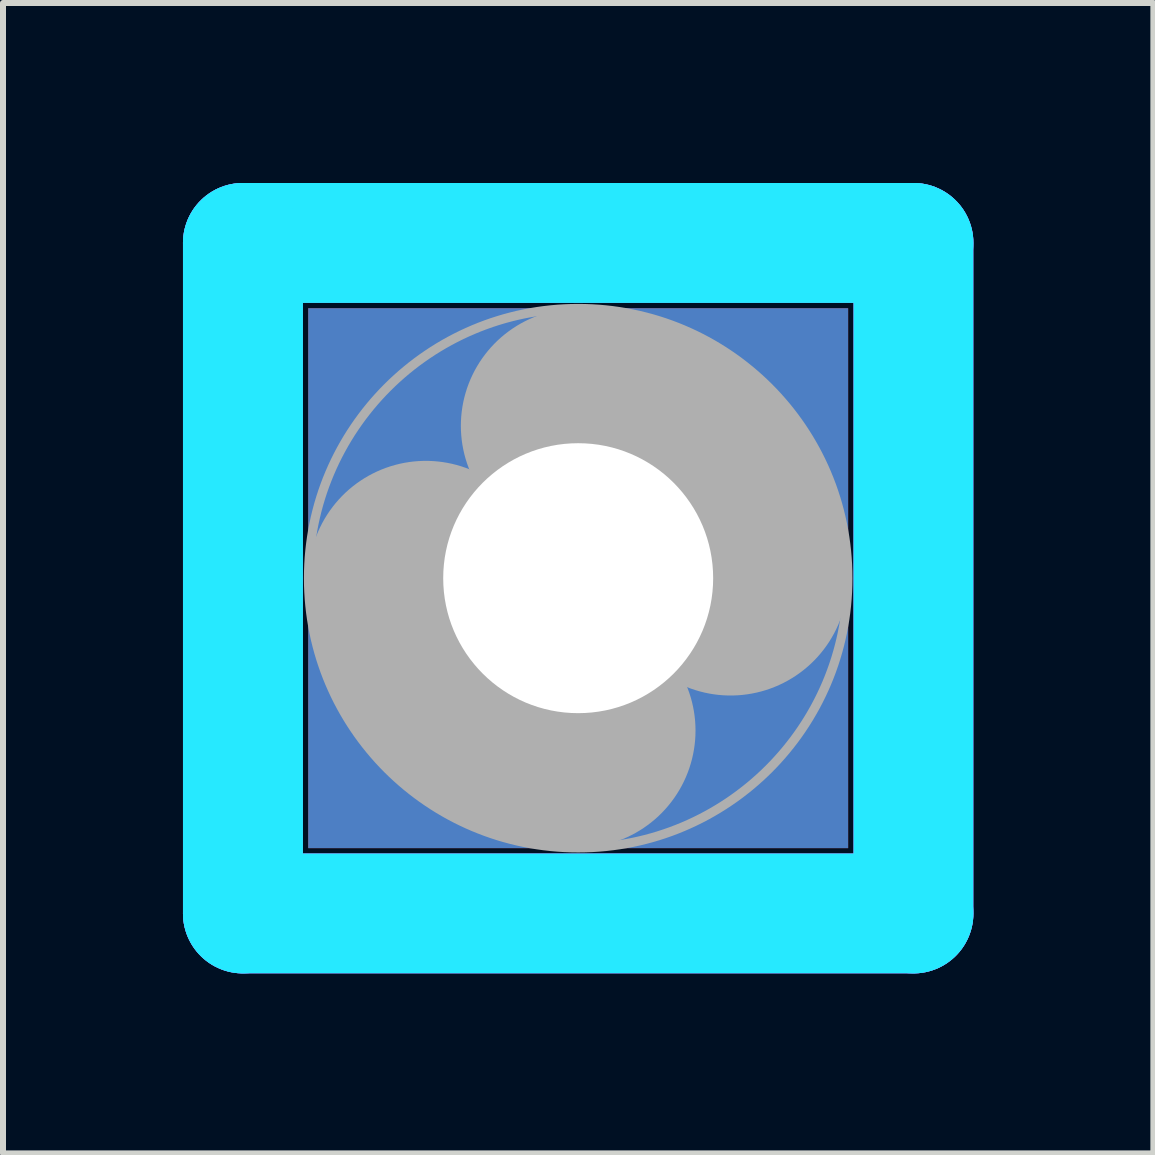
<source format=kicad_pcb>
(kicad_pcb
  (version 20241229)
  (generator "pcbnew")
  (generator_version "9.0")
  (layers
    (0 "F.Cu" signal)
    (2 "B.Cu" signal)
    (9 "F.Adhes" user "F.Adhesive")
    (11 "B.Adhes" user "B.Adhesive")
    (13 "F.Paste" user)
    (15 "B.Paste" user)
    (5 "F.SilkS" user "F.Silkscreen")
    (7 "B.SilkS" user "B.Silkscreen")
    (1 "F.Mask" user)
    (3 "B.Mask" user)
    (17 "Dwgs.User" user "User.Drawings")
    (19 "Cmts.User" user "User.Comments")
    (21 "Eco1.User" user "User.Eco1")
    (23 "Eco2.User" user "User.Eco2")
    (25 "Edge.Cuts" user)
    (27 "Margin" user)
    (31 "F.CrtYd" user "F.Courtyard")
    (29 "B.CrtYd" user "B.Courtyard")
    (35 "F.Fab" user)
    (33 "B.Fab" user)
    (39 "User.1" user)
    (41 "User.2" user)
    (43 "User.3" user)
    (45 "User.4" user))
  (footprint "footprint"
    (layer "F.Cu")
    (at 6.588 6.588)
    (property "Reference" "footprint" (at 0 0 0) (layer "F.SilkS") (effects (font (size 1.27 1.27) (thickness 0.15))))
    (fp_circle (center 0 0) (end 2.35 0) (stroke (width 0.152) (type solid)) (fill no) (layer "F.SilkS"))
    (fp_line (start -5.588 -5.588) (end 5.588 -5.588) (stroke (width 2) (type solid)) (layer "B.CrtYd"))
    (fp_line (start -5.588 5.588) (end -5.588 -5.588) (stroke (width 2) (type solid)) (layer "B.CrtYd"))
    (fp_line (start 5.588 -5.588) (end 5.588 5.588) (stroke (width 2) (type solid)) (layer "B.CrtYd"))
    (fp_line (start 5.588 5.588) (end -5.588 5.588) (stroke (width 2) (type solid)) (layer "B.CrtYd"))
    (fp_line (start -5.588 -5.588) (end 5.588 -5.588) (stroke (width 2) (type solid)) (layer "F.CrtYd"))
    (fp_line (start -5.588 5.588) (end -5.588 -5.588) (stroke (width 2) (type solid)) (layer "F.CrtYd"))
    (fp_line (start 5.588 -5.588) (end 5.588 5.588) (stroke (width 2) (type solid)) (layer "F.CrtYd"))
    (fp_line (start 5.588 5.588) (end -5.588 5.588) (stroke (width 2) (type solid)) (layer "F.CrtYd"))
    (fp_arc (start 0 -2.54) (mid 1.796051 -1.796051) (end 2.54 0) (stroke (width 3.9116) (type solid)) (layer "F.Fab"))
    (fp_arc (start 0 2.54) (mid -1.796051 1.796051) (end -2.54 0) (stroke (width 3.9116) (type solid)) (layer "F.Fab"))
    (fp_circle (center 0 0) (end 0.762 0) (stroke (width 0.457) (type solid)) (fill no) (layer "F.Fab"))
    (fp_circle (center 0 0) (end 4.496 0) (stroke (width 0.152) (type solid)) (fill no) (layer "F.Fab"))
    (pad "B4,5" thru_hole rect (at 0 0) (size 9 9) (drill 4.5) (layers "*.Cu" "*.Mask")))
  (gr_rect
    (start -3 -3)
    (end 16.176 16.176)
    (stroke (width 0.1) (type default))
    (fill no)
    (layer "Edge.Cuts")))
</source>
